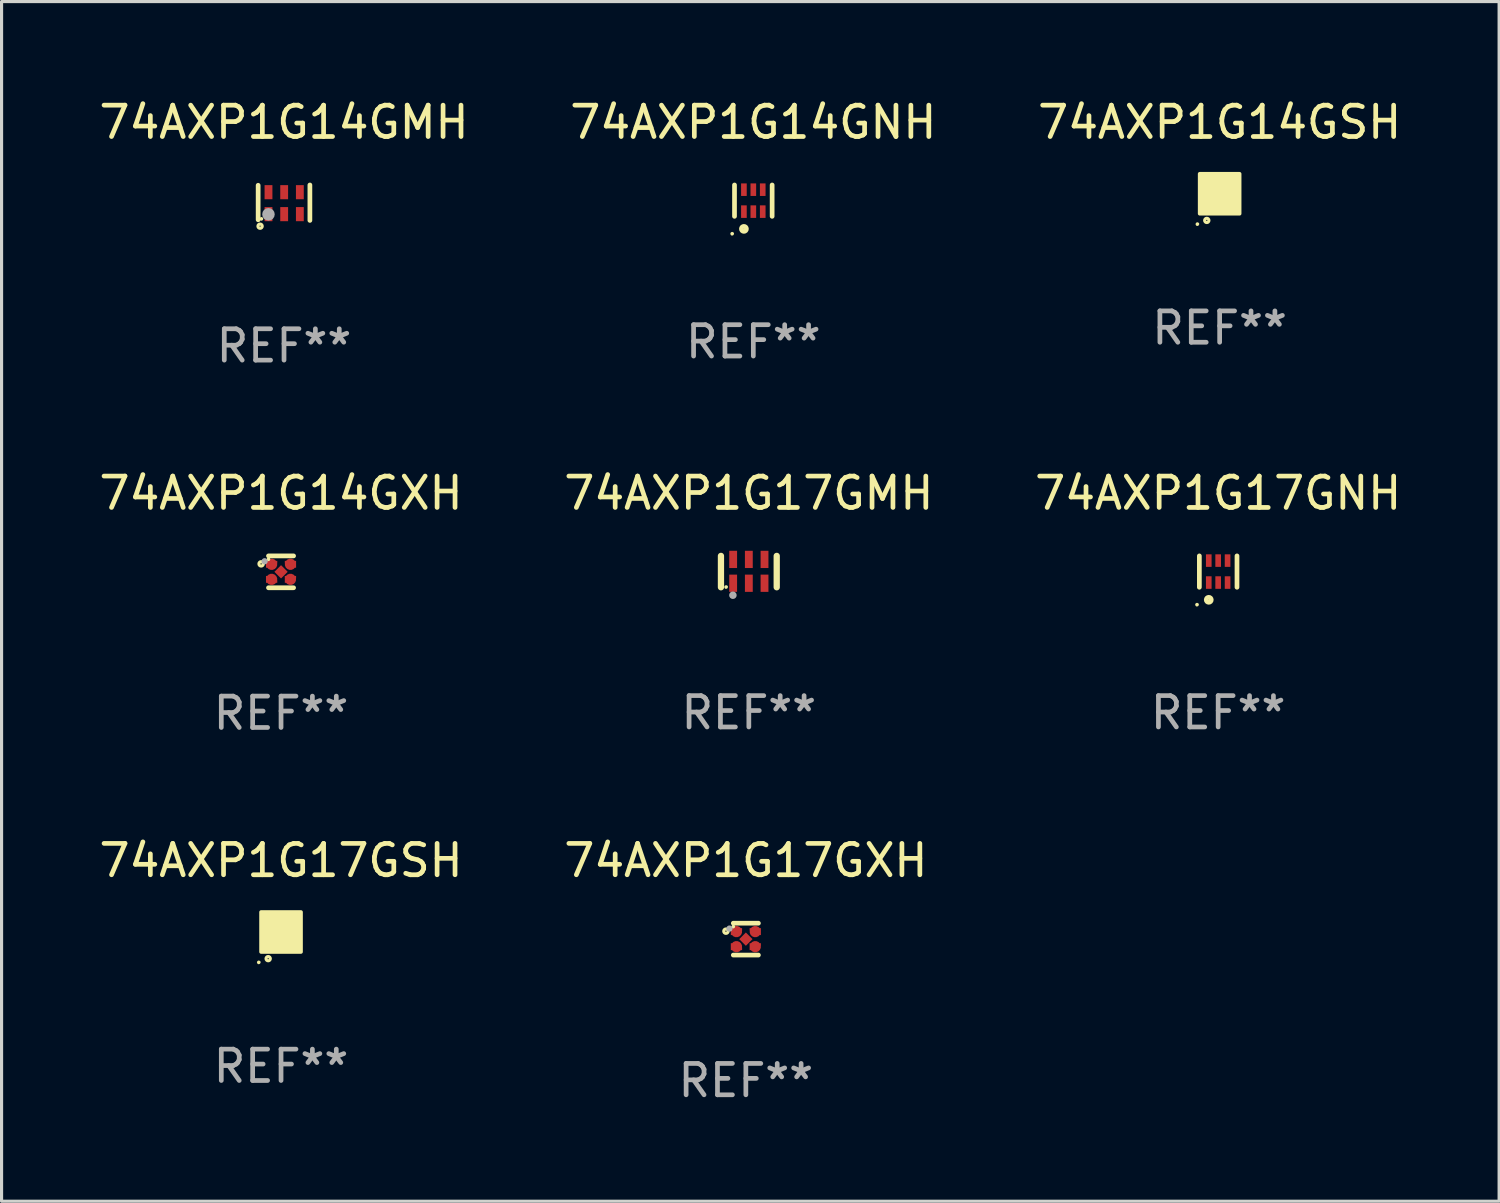
<source format=kicad_pcb>
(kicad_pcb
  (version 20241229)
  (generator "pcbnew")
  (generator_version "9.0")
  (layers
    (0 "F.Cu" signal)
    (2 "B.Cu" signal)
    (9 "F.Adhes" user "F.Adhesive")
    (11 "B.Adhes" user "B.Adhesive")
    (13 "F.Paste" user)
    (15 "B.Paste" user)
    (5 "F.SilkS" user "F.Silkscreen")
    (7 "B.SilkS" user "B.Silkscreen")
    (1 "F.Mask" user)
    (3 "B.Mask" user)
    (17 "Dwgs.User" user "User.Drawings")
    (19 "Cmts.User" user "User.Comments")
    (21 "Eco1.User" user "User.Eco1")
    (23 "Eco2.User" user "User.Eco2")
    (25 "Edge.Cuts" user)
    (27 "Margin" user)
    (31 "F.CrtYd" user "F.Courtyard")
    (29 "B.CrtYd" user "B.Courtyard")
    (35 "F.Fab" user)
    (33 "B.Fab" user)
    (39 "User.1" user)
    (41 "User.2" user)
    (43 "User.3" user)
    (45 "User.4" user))
  (footprint "74AXP1G17GXH"
    (layer "F.Cu")
    (at 20.732 26.895)
    (property "Reference" "74AXP1G17GXH" (at 0 -2.508 0) (layer "F.SilkS") (effects (font (size 1 1) (thickness 0.15))))
    (attr through_hole)
    (fp_line (start 0.4 -0.508) (end -0.4 -0.508) (stroke (width 0.15) (type solid)) (layer "F.SilkS"))
    (fp_line (start 0.4 0.508) (end -0.4 0.508) (stroke (width 0.15) (type solid)) (layer "F.SilkS"))
    (fp_circle (center -0.635 -0.254) (end -0.615 -0.254) (stroke (width 0.1) (type solid)) (fill no) (layer "F.SilkS"))
    (fp_circle (center -0.401 -0.4) (end -0.371 -0.4) (stroke (width 0.06) (type solid)) (fill no) (layer "F.SilkS"))
    (fp_circle (center -0.523 -0.337) (end -0.473 -0.337) (stroke (width 0.1) (type solid)) (fill no) (layer "F.Fab"))
    (fp_text user "REF**" (at 0 4.508 0) (layer "F.Fab") (effects (font (size 1 1) (thickness 0.15))))
    (pad "1" smd custom (at -0.3 -0.24) (size 0.36 0.22) (layers "F.Cu" "F.Mask" "F.Paste") (options (anchor circle)) (primitives (gr_poly (pts (xy -0.18 -0.11) (xy -0.18 0.11) (xy 0.000127 0.11) (xy 0.18 -0.03) (xy 0.18 -0.11) (xy -0.18 -0.11)) (width 0) (fill yes))))
    (pad "2" smd custom (at -0.3 0.24) (size 0.36 0.22) (layers "F.Cu" "F.Mask" "F.Paste") (options (anchor circle)) (primitives (gr_poly (pts (xy -0.18 0.11) (xy -0.18 -0.11) (xy 0.000127 -0.11) (xy 0.18 0.03) (xy 0.18 0.11) (xy -0.18 0.11)) (width 0) (fill yes))))
    (pad "3" smd rect (at 0.000102 -0.000127 45) (size 0.3 0.3) (layers "F.Cu" "F.Mask" "F.Paste"))
    (pad "4" smd custom (at 0.3 0.24 180) (size 0.36 0.22) (layers "F.Cu" "F.Mask" "F.Paste") (options (anchor circle)) (primitives (gr_poly (pts (xy 0.18 0.11) (xy 0.18 -0.11) (xy -0.000178 -0.11) (xy -0.18 0.03) (xy -0.18 0.11) (xy 0.18 0.11)) (width 0) (fill yes))))
    (pad "5" smd custom (at 0.3 -0.24) (size 0.36 0.22) (layers "F.Cu" "F.Mask" "F.Paste") (options (anchor circle)) (primitives (gr_poly (pts (xy 0.18 -0.11) (xy 0.18 0.11) (xy -0.000152 0.11) (xy -0.18 -0.03) (xy -0.18 -0.11) (xy 0.18 -0.11)) (width 0) (fill yes)))))
  (footprint "74AXP1G17GSH"
    (layer "F.Cu")
    (at 5.911 26.667)
    (property "Reference" "74AXP1G17GSH" (at 0 -2.28 0) (layer "F.SilkS") (effects (font (size 1 1) (thickness 0.15))))
    (attr through_hole)
    (fp_circle (center -0.71 0.968) (end -0.68 0.968) (stroke (width 0.06) (type solid)) (fill no) (layer "F.SilkS"))
    (fp_circle (center -0.41 0.85) (end -0.342 0.85) (stroke (width 0.1) (type solid)) (fill no) (layer "F.SilkS"))
    (fp_poly (pts (xy -0.635 -0.635) (xy 0.635 -0.635) (xy 0.635 0.635) (xy -0.635 0.635)) (stroke (width 0.12) (type solid)) (fill yes) (layer "F.SilkS"))
    (fp_text user "REF**" (at 0 4.28 0) (layer "F.Fab") (effects (font (size 1 1) (thickness 0.15))))
    (pad "1" smd rect (at -0.35 0.28 90) (size 0.35 0.2) (layers "F.Cu" "F.Mask" "F.Paste"))
    (pad "2" smd rect (at 0 0.28 90) (size 0.35 0.2) (layers "F.Cu" "F.Mask" "F.Paste"))
    (pad "3" smd rect (at 0.35 0.28 90) (size 0.35 0.2) (layers "F.Cu" "F.Mask" "F.Paste"))
    (pad "4" smd rect (at 0.35 -0.28 90) (size 0.35 0.2) (layers "F.Cu" "F.Mask" "F.Paste"))
    (pad "5" smd rect (at 0 -0.28 90) (size 0.35 0.2) (layers "F.Cu" "F.Mask" "F.Paste"))
    (pad "6" smd rect (at -0.35 -0.28 90) (size 0.35 0.2) (layers "F.Cu" "F.Mask" "F.Paste")))
  (footprint "74AXP1G14GSH"
    (layer "F.Cu")
    (at 35.839 3.128)
    (property "Reference" "74AXP1G14GSH" (at 0 -2.28 0) (layer "F.SilkS") (effects (font (size 1 1) (thickness 0.15))))
    (attr through_hole)
    (fp_circle (center -0.71 0.968) (end -0.68 0.968) (stroke (width 0.06) (type solid)) (fill no) (layer "F.SilkS"))
    (fp_circle (center -0.41 0.85) (end -0.342 0.85) (stroke (width 0.1) (type solid)) (fill no) (layer "F.SilkS"))
    (fp_poly (pts (xy -0.635 -0.635) (xy 0.635 -0.635) (xy 0.635 0.635) (xy -0.635 0.635)) (stroke (width 0.12) (type solid)) (fill yes) (layer "F.SilkS"))
    (fp_text user "REF**" (at 0 4.28 0) (layer "F.Fab") (effects (font (size 1 1) (thickness 0.15))))
    (pad "1" smd rect (at -0.35 0.28 90) (size 0.35 0.2) (layers "F.Cu" "F.Mask" "F.Paste"))
    (pad "2" smd rect (at 0 0.28 90) (size 0.35 0.2) (layers "F.Cu" "F.Mask" "F.Paste"))
    (pad "3" smd rect (at 0.35 0.28 90) (size 0.35 0.2) (layers "F.Cu" "F.Mask" "F.Paste"))
    (pad "4" smd rect (at 0.35 -0.28 90) (size 0.35 0.2) (layers "F.Cu" "F.Mask" "F.Paste"))
    (pad "5" smd rect (at 0 -0.28 90) (size 0.35 0.2) (layers "F.Cu" "F.Mask" "F.Paste"))
    (pad "6" smd rect (at -0.35 -0.28 90) (size 0.35 0.2) (layers "F.Cu" "F.Mask" "F.Paste")))
  (footprint "74AXP1G14GMH"
    (layer "F.Cu")
    (at 6.006 3.413)
    (property "Reference" "74AXP1G14GMH" (at 0 -2.565 0) (layer "F.SilkS") (effects (font (size 1 1) (thickness 0.15))))
    (attr through_hole)
    (fp_line (start -0.825 -0.555) (end -0.825 0.545) (stroke (width 0.15) (type solid)) (layer "F.SilkS"))
    (fp_line (start 0.825 -0.565) (end 0.825 0.565) (stroke (width 0.15) (type solid)) (layer "F.SilkS"))
    (fp_circle (center -0.763 0.749) (end -0.695 0.749) (stroke (width 0.1) (type solid)) (fill no) (layer "F.SilkS"))
    (fp_circle (center -0.72 0.515) (end -0.69 0.515) (stroke (width 0.06) (type solid)) (fill no) (layer "F.SilkS"))
    (fp_circle (center -0.496 0.371) (end -0.396 0.371) (stroke (width 0.2) (type solid)) (fill no) (layer "F.Fab"))
    (fp_text user "REF**" (at 0 4.565 0) (layer "F.Fab") (effects (font (size 1 1) (thickness 0.15))))
    (pad "1" smd rect (at -0.495 0.365) (size 0.25 0.45) (layers "F.Cu" "F.Mask" "F.Paste"))
    (pad "2" smd rect (at 0.005 0.365) (size 0.25 0.45) (layers "F.Cu" "F.Mask" "F.Paste"))
    (pad "3" smd rect (at 0.505 0.365) (size 0.25 0.45) (layers "F.Cu" "F.Mask" "F.Paste"))
    (pad "4" smd rect (at 0.505 -0.335) (size 0.25 0.45) (layers "F.Cu" "F.Mask" "F.Paste"))
    (pad "5" smd rect (at 0.005 -0.335) (size 0.25 0.45) (layers "F.Cu" "F.Mask" "F.Paste"))
    (pad "6" smd rect (at -0.495 -0.335) (size 0.25 0.45) (layers "F.Cu" "F.Mask" "F.Paste")))
  (footprint "74AXP1G14GNH"
    (layer "F.Cu")
    (at 20.97 3.348)
    (property "Reference" "74AXP1G14GNH" (at 0 -2.5 0) (layer "F.SilkS") (effects (font (size 1 1) (thickness 0.15))))
    (attr through_hole)
    (fp_line (start -0.6 -0.5) (end -0.6 0.5) (stroke (width 0.15) (type solid)) (layer "F.SilkS"))
    (fp_line (start 0.6 0.5) (end 0.6 -0.5) (stroke (width 0.15) (type solid)) (layer "F.SilkS"))
    (fp_circle (center -0.675 1.055) (end -0.645 1.055) (stroke (width 0.06) (type solid)) (fill no) (layer "F.SilkS"))
    (fp_circle (center -0.3 0.9) (end -0.22 0.9) (stroke (width 0.15) (type solid)) (fill no) (layer "F.SilkS"))
    (fp_text user "REF**" (at 0 4.5 0) (layer "F.Fab") (effects (font (size 1 1) (thickness 0.15))))
    (pad "1" smd rect (at -0.3 0.35) (size 0.18 0.4) (layers "F.Cu" "F.Mask" "F.Paste"))
    (pad "2" smd rect (at 0.000025 0.35) (size 0.18 0.4) (layers "F.Cu" "F.Mask" "F.Paste"))
    (pad "3" smd rect (at 0.3 0.35) (size 0.18 0.4) (layers "F.Cu" "F.Mask" "F.Paste"))
    (pad "4" smd rect (at 0.3 -0.35) (size 0.18 0.4) (layers "F.Cu" "F.Mask" "F.Paste"))
    (pad "5" smd rect (at 0.000025 -0.35) (size 0.18 0.4) (layers "F.Cu" "F.Mask" "F.Paste"))
    (pad "6" smd rect (at -0.3 -0.35) (size 0.18 0.4) (layers "F.Cu" "F.Mask" "F.Paste")))
  (footprint "74AXP1G17GMH"
    (layer "F.Cu")
    (at 20.827 15.175)
    (property "Reference" "74AXP1G17GMH" (at 0 -2.5 0) (layer "F.SilkS") (effects (font (size 1 1) (thickness 0.15))))
    (attr through_hole)
    (fp_line (start -0.889 0.5) (end -0.889 -0.5) (stroke (width 0.2) (type solid)) (layer "F.SilkS"))
    (fp_line (start 0.889 0.5) (end 0.889 -0.5) (stroke (width 0.2) (type solid)) (layer "F.SilkS"))
    (fp_circle (center -0.725 0.492) (end -0.695 0.492) (stroke (width 0.06) (type solid)) (fill no) (layer "F.SilkS"))
    (fp_circle (center -0.508 0.754) (end -0.448 0.754) (stroke (width 0.12) (type solid)) (fill no) (layer "F.Fab"))
    (fp_text user "REF**" (at 0 4.5 0) (layer "F.Fab") (effects (font (size 1 1) (thickness 0.15))))
    (pad "1" smd rect (at -0.5 0.372) (size 0.25 0.55) (layers "F.Cu" "F.Mask" "F.Paste"))
    (pad "2" smd rect (at -0.000127 0.372) (size 0.25 0.55) (layers "F.Cu" "F.Mask" "F.Paste"))
    (pad "3" smd rect (at 0.5 0.372) (size 0.25 0.55) (layers "F.Cu" "F.Mask" "F.Paste"))
    (pad "4" smd rect (at 0.5 -0.388 180) (size 0.25 0.55) (layers "F.Cu" "F.Mask" "F.Paste"))
    (pad "5" smd rect (at -0.000127 -0.388 180) (size 0.25 0.55) (layers "F.Cu" "F.Mask" "F.Paste"))
    (pad "6" smd rect (at -0.5 -0.388 180) (size 0.25 0.55) (layers "F.Cu" "F.Mask" "F.Paste")))
  (footprint "74AXP1G14GXH"
    (layer "F.Cu")
    (at 5.911 15.183)
    (property "Reference" "74AXP1G14GXH" (at 0 -2.508 0) (layer "F.SilkS") (effects (font (size 1 1) (thickness 0.15))))
    (attr through_hole)
    (fp_line (start 0.4 -0.508) (end -0.4 -0.508) (stroke (width 0.15) (type solid)) (layer "F.SilkS"))
    (fp_line (start 0.4 0.508) (end -0.4 0.508) (stroke (width 0.15) (type solid)) (layer "F.SilkS"))
    (fp_circle (center -0.635 -0.254) (end -0.615 -0.254) (stroke (width 0.1) (type solid)) (fill no) (layer "F.SilkS"))
    (fp_circle (center -0.401 -0.4) (end -0.371 -0.4) (stroke (width 0.06) (type solid)) (fill no) (layer "F.SilkS"))
    (fp_circle (center -0.523 -0.337) (end -0.473 -0.337) (stroke (width 0.1) (type solid)) (fill no) (layer "F.Fab"))
    (fp_text user "REF**" (at 0 4.508 0) (layer "F.Fab") (effects (font (size 1 1) (thickness 0.15))))
    (pad "1" smd custom (at -0.3 -0.24) (size 0.36 0.22) (layers "F.Cu" "F.Mask" "F.Paste") (options (anchor circle)) (primitives (gr_poly (pts (xy -0.18 -0.11) (xy -0.18 0.11) (xy 0.000127 0.11) (xy 0.18 -0.03) (xy 0.18 -0.11) (xy -0.18 -0.11)) (width 0) (fill yes))))
    (pad "2" smd custom (at -0.3 0.24) (size 0.36 0.22) (layers "F.Cu" "F.Mask" "F.Paste") (options (anchor circle)) (primitives (gr_poly (pts (xy -0.18 0.11) (xy -0.18 -0.11) (xy 0.000127 -0.11) (xy 0.18 0.03) (xy 0.18 0.11) (xy -0.18 0.11)) (width 0) (fill yes))))
    (pad "3" smd rect (at 0.000102 -0.000127 45) (size 0.3 0.3) (layers "F.Cu" "F.Mask" "F.Paste"))
    (pad "4" smd custom (at 0.3 0.24 180) (size 0.36 0.22) (layers "F.Cu" "F.Mask" "F.Paste") (options (anchor circle)) (primitives (gr_poly (pts (xy 0.18 0.11) (xy 0.18 -0.11) (xy -0.000178 -0.11) (xy -0.18 0.03) (xy -0.18 0.11) (xy 0.18 0.11)) (width 0) (fill yes))))
    (pad "5" smd custom (at 0.3 -0.24) (size 0.36 0.22) (layers "F.Cu" "F.Mask" "F.Paste") (options (anchor circle)) (primitives (gr_poly (pts (xy 0.18 -0.11) (xy 0.18 0.11) (xy -0.000152 0.11) (xy -0.18 -0.03) (xy -0.18 -0.11) (xy 0.18 -0.11)) (width 0) (fill yes)))))
  (footprint "74AXP1G17GNH"
    (layer "F.Cu")
    (at 35.792 15.175)
    (property "Reference" "74AXP1G17GNH" (at 0 -2.5 0) (layer "F.SilkS") (effects (font (size 1 1) (thickness 0.15))))
    (attr through_hole)
    (fp_line (start -0.6 -0.5) (end -0.6 0.5) (stroke (width 0.15) (type solid)) (layer "F.SilkS"))
    (fp_line (start 0.6 0.5) (end 0.6 -0.5) (stroke (width 0.15) (type solid)) (layer "F.SilkS"))
    (fp_circle (center -0.675 1.055) (end -0.645 1.055) (stroke (width 0.06) (type solid)) (fill no) (layer "F.SilkS"))
    (fp_circle (center -0.3 0.9) (end -0.22 0.9) (stroke (width 0.15) (type solid)) (fill no) (layer "F.SilkS"))
    (fp_text user "REF**" (at 0 4.5 0) (layer "F.Fab") (effects (font (size 1 1) (thickness 0.15))))
    (pad "1" smd rect (at -0.3 0.35) (size 0.18 0.4) (layers "F.Cu" "F.Mask" "F.Paste"))
    (pad "2" smd rect (at 0.000025 0.35) (size 0.18 0.4) (layers "F.Cu" "F.Mask" "F.Paste"))
    (pad "3" smd rect (at 0.3 0.35) (size 0.18 0.4) (layers "F.Cu" "F.Mask" "F.Paste"))
    (pad "4" smd rect (at 0.3 -0.35) (size 0.18 0.4) (layers "F.Cu" "F.Mask" "F.Paste"))
    (pad "5" smd rect (at 0.000025 -0.35) (size 0.18 0.4) (layers "F.Cu" "F.Mask" "F.Paste"))
    (pad "6" smd rect (at -0.3 -0.35) (size 0.18 0.4) (layers "F.Cu" "F.Mask" "F.Paste")))
  (gr_rect
    (start -3 -3)
    (end 44.75 35.252)
    (stroke (width 0.1) (type default))
    (fill no)
    (layer "Edge.Cuts")))
</source>
